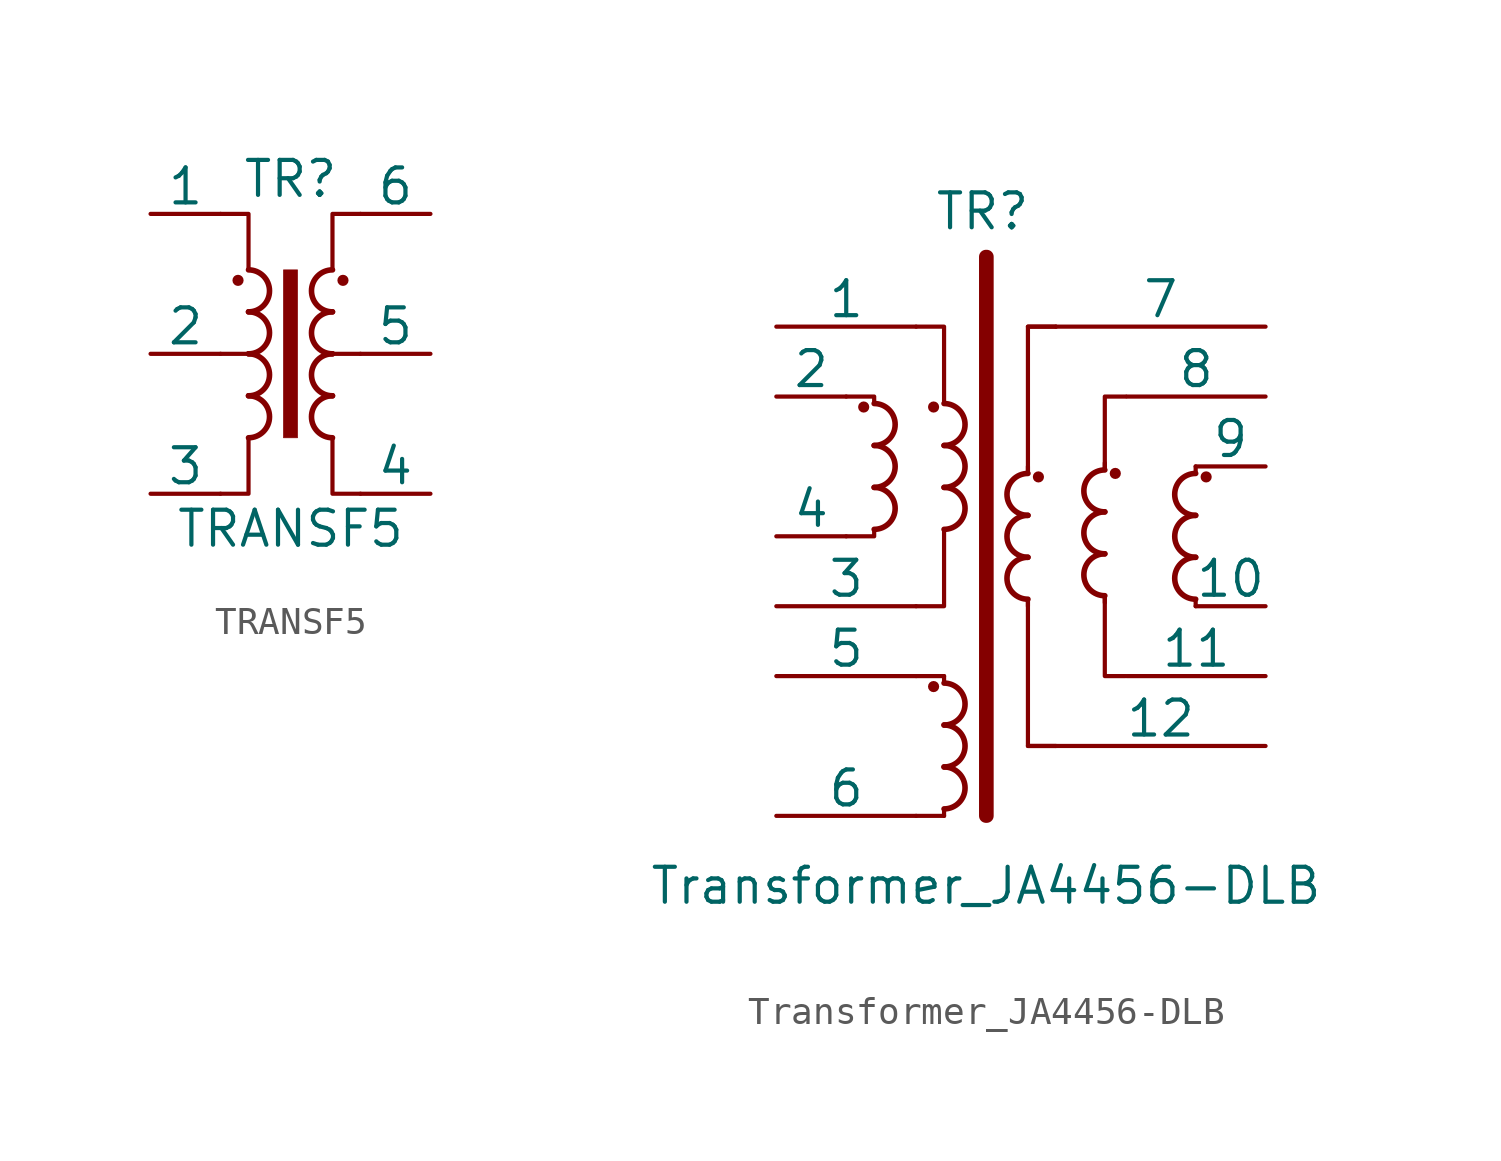
<source format=kicad_sym>
(kicad_symbol_lib
  (version 20201005)
  (generator kicad_symbol_editor)
  (symbol "AP2100:TRANSF5"
    (pin_numbers hide)
    (pin_names
      (offset 0))
    (property "Reference" "TR"
      (at 0 6.35 0)
      (effects (font (size 1.27 1.27))))
    (property "Value" "TRANSF5"
      (at 0 -6.35 0)
      (effects (font (size 1.27 1.27))))
    (symbol "TRANSF5_0_1"
      (arc (start -1.524 -3.048) (end -1.524 -1.524) (radius (at -1.524 -2.286) (length 0.762) (angles -89.9 89.9)) (stroke (width 0.2032)) (fill (type none)))
      (arc (start -1.524 -1.524) (end -1.524 0) (radius (at -1.524 -0.762) (length 0.762) (angles -89.9 89.9)) (stroke (width 0.2032)) (fill (type none)))
      (arc (start -1.524 0) (end -1.524 1.524) (radius (at -1.524 0.762) (length 0.762) (angles -89.9 89.9)) (stroke (width 0.2032)) (fill (type none)))
      (arc (start -1.524 1.524) (end -1.524 3.048) (radius (at -1.524 2.286) (length 0.762) (angles -89.9 89.9)) (stroke (width 0.2032)) (fill (type none)))
      (arc (start 1.524 -1.524) (end 1.524 -3.048) (radius (at 1.524 -2.286) (length 0.762) (angles 90.1 -90.1)) (stroke (width 0.2032)) (fill (type none)))
      (arc (start 1.524 0) (end 1.524 -1.524) (radius (at 1.524 -0.762) (length 0.762) (angles 90.1 -90.1)) (stroke (width 0.2032)) (fill (type none)))
      (arc (start 1.524 1.524) (end 1.524 0) (radius (at 1.524 0.762) (length 0.762) (angles 90.1 -90.1)) (stroke (width 0.2032)) (fill (type none)))
      (arc (start 1.524 3.048) (end 1.524 1.524) (radius (at 1.524 2.286) (length 0.762) (angles 90.1 -90.1)) (stroke (width 0.2032)) (fill (type none)))
      (circle (center -1.905 2.667) (radius 0.127) (stroke (width 0)) (fill (type outline)))
      (circle (center 1.905 2.667) (radius 0.127) (stroke (width 0)) (fill (type outline)))
      (rectangle (start -0.254 3.048) (end 0.254 -3.048) (stroke (width 0.025)) (fill (type outline)))
      (polyline (pts (xy -1.524 0) (xy -2.54 0) (xy -2.54 0)) (stroke (width 0)) (fill (type outline)))
      (polyline (pts (xy 1.524 0) (xy 2.54 0) (xy 2.54 0)) (stroke (width 0)) (fill (type outline)))
      (polyline (pts (xy -2.54 5.08) (xy -1.524 5.08) (xy -1.524 3.048) (xy -1.524 3.048)) (stroke (width 0.152)) (fill (type none)))
      (polyline (pts (xy -1.524 -3.048) (xy -1.524 -5.08) (xy -2.54 -5.08) (xy -2.54 -5.08)) (stroke (width 0.152)) (fill (type none)))
      (polyline (pts (xy 1.524 3.048) (xy 1.524 5.08) (xy 2.54 5.08) (xy 2.54 5.08)) (stroke (width 0.152)) (fill (type none)))
      (polyline (pts (xy 2.54 -5.08) (xy 1.524 -5.08) (xy 1.524 -3.048) (xy 1.524 -3.048)) (stroke (width 0.152)) (fill (type none))))
    (symbol "TRANSF5_1_1"
      (pin passive line (at -5.08 5.08 0) (length 2.54) (name "1" (effects (font (size 1.27 1.27)))) (number "1" (effects (font (size 1.27 1.27)))))
      (pin passive line (at -5.08 0 0) (length 2.54) (name "2" (effects (font (size 1.27 1.27)))) (number "2" (effects (font (size 1.27 1.27)))))
      (pin passive line (at -5.08 -5.08 0) (length 2.54) (name "3" (effects (font (size 1.27 1.27)))) (number "3" (effects (font (size 1.27 1.27)))))
      (pin passive line (at 5.08 -5.08 180) (length 2.54) (name "4" (effects (font (size 1.27 1.27)))) (number "4" (effects (font (size 1.27 1.27)))))
      (pin passive line (at 5.08 0 180) (length 2.54) (name "5" (effects (font (size 1.27 1.27)))) (number "5" (effects (font (size 1.27 1.27)))))
      (pin passive line (at 5.08 5.08 180) (length 2.54) (name "6" (effects (font (size 1.27 1.27)))) (number "6" (effects (font (size 1.27 1.27)))))))
  (symbol "AP2100:Transformer_JA4456-DLB"
    (pin_numbers hide)
    (pin_names
      (offset 0))
    (property "Reference" "TR"
      (at -0.127 14.351 0)
      (effects (font (size 1.27 1.27))))
    (property "Value" "Transformer_JA4456-DLB"
      (at 0 -10.16 0)
      (effects (font (size 1.27 1.27))))
    (symbol "Transformer_JA4456-DLB_0_1"
      (arc (start -4.064 2.794) (end -4.064 4.318) (radius (at -4.064 3.556) (length 0.762) (angles -89.9 89.9)) (stroke (width 0.2032)) (fill (type none)))
      (arc (start -4.064 4.318) (end -4.064 5.842) (radius (at -4.064 5.08) (length 0.762) (angles -89.9 89.9)) (stroke (width 0.2032)) (fill (type none)))
      (arc (start -4.064 5.842) (end -4.064 7.366) (radius (at -4.064 6.604) (length 0.762) (angles -89.9 89.9)) (stroke (width 0.2032)) (fill (type none)))
      (arc (start -1.524 2.794) (end -1.524 4.318) (radius (at -1.524 3.556) (length 0.762) (angles -89.9 89.9)) (stroke (width 0.2032)) (fill (type none)))
      (arc (start -1.524 4.318) (end -1.524 5.842) (radius (at -1.524 5.08) (length 0.762) (angles -89.9 89.9)) (stroke (width 0.2032)) (fill (type none)))
      (arc (start -1.524 5.842) (end -1.524 7.366) (radius (at -1.524 6.604) (length 0.762) (angles -89.9 89.9)) (stroke (width 0.2032)) (fill (type none)))
      (arc (start -1.524 -7.366) (end -1.524 -5.842) (radius (at -1.524 -6.604) (length 0.762) (angles -89.9 89.9)) (stroke (width 0.2032)) (fill (type none)))
      (arc (start -1.524 -5.842) (end -1.524 -4.318) (radius (at -1.524 -5.08) (length 0.762) (angles -89.9 89.9)) (stroke (width 0.2032)) (fill (type none)))
      (arc (start -1.524 -4.318) (end -1.524 -2.794) (radius (at -1.524 -3.556) (length 0.762) (angles -89.9 89.9)) (stroke (width 0.2032)) (fill (type none)))
      (arc (start 1.524 1.778) (end 1.524 0.254) (radius (at 1.524 1.016) (length 0.762) (angles 90.1 -90.1)) (stroke (width 0.2032)) (fill (type none)))
      (arc (start 1.524 3.302) (end 1.524 1.778) (radius (at 1.524 2.54) (length 0.762) (angles 90.1 -90.1)) (stroke (width 0.2032)) (fill (type none)))
      (arc (start 1.524 4.826) (end 1.524 3.302) (radius (at 1.524 4.064) (length 0.762) (angles 90.1 -90.1)) (stroke (width 0.2032)) (fill (type none)))
      (arc (start 4.318 1.905) (end 4.318 0.381) (radius (at 4.318 1.143) (length 0.762) (angles 90.1 -90.1)) (stroke (width 0.2032)) (fill (type none)))
      (arc (start 4.318 4.953) (end 4.318 3.429) (radius (at 4.318 4.191) (length 0.762) (angles 90.1 -90.1)) (stroke (width 0.2032)) (fill (type none)))
      (arc (start 4.318 3.429) (end 4.318 1.905) (radius (at 4.318 2.667) (length 0.762) (angles 90.1 -90.1)) (stroke (width 0.2032)) (fill (type none)))
      (arc (start 7.62 1.778) (end 7.62 0.254) (radius (at 7.62 1.016) (length 0.762) (angles 90.1 -90.1)) (stroke (width 0.2032)) (fill (type none)))
      (arc (start 7.62 4.826) (end 7.62 3.302) (radius (at 7.62 4.064) (length 0.762) (angles 90.1 -90.1)) (stroke (width 0.2032)) (fill (type none)))
      (arc (start 7.62 3.302) (end 7.62 1.778) (radius (at 7.62 2.54) (length 0.762) (angles 90.1 -90.1)) (stroke (width 0.2032)) (fill (type none)))
      (circle (center -4.445 7.239) (radius 0.127) (stroke (width 0)) (fill (type outline)))
      (circle (center -1.905 7.239) (radius 0.127) (stroke (width 0)) (fill (type outline)))
      (circle (center -1.905 -2.921) (radius 0.127) (stroke (width 0)) (fill (type outline)))
      (circle (center 1.905 4.699) (radius 0.127) (stroke (width 0)) (fill (type outline)))
      (circle (center 4.699 4.826) (radius 0.127) (stroke (width 0)) (fill (type outline)))
      (circle (center 8.001 4.699) (radius 0.127) (stroke (width 0)) (fill (type outline)))
      (rectangle (start 0 12.7) (end 0.025 -7.62) (stroke (width 0.508)) (fill (type outline)))
      (polyline (pts (xy -1.524 -7.366) (xy -1.524 -7.62) (xy -1.524 -7.62)) (stroke (width 0)) (fill (type outline)))
      (polyline (pts (xy -1.524 -2.54) (xy -1.524 -2.794) (xy -1.524 -2.794)) (stroke (width 0)) (fill (type outline)))
      (polyline (pts (xy -1.524 -2.54) (xy -2.54 -2.54) (xy -2.54 -2.54)) (stroke (width 0)) (fill (type none)))
      (polyline (pts (xy 1.524 0) (xy 1.524 0.254) (xy 1.524 0.254)) (stroke (width 0)) (fill (type outline)))
      (polyline (pts (xy 1.524 -5.08) (xy 2.54 -5.08) (xy 2.54 -5.08)) (stroke (width 0)) (fill (type none)))
      (polyline (pts (xy 1.524 5.08) (xy 1.524 4.826) (xy 1.524 4.826)) (stroke (width 0)) (fill (type outline)))
      (polyline (pts (xy 1.524 10.16) (xy 2.54 10.16) (xy 2.54 10.16)) (stroke (width 0)) (fill (type none)))
      (polyline (pts (xy -2.54 -7.62) (xy -1.524 -7.62) (xy -1.524 -7.62)) (stroke (width 0)) (fill (type none)))
      (polyline (pts (xy -4.064 2.794) (xy -4.064 2.54) (xy -5.08 2.54) (xy -5.08 2.54)) (stroke (width 0)) (fill (type none)))
      (polyline (pts (xy -4.064 7.366) (xy -4.064 7.62) (xy -5.08 7.62) (xy -5.08 7.62)) (stroke (width 0)) (fill (type none)))
      (polyline (pts (xy -1.524 2.794) (xy -1.524 0) (xy -2.54 0) (xy -2.54 0)) (stroke (width 0)) (fill (type none)))
      (polyline (pts (xy -1.524 7.366) (xy -1.524 10.16) (xy -2.54 10.16) (xy -2.54 10.16)) (stroke (width 0)) (fill (type none)))
      (polyline (pts (xy 1.524 0.254) (xy 1.524 -5.08) (xy 2.54 -5.08) (xy 2.54 -5.08)) (stroke (width 0)) (fill (type none)))
      (polyline (pts (xy 1.524 4.826) (xy 1.524 10.16) (xy 2.54 10.16) (xy 2.54 10.16)) (stroke (width 0)) (fill (type none)))
      (polyline (pts (xy 4.318 0.127) (xy 4.318 0.381) (xy 4.318 0.381)) (stroke (width 0)) (fill (type outline)))
      (polyline (pts (xy 4.318 5.207) (xy 4.318 4.953) (xy 4.318 4.953)) (stroke (width 0)) (fill (type outline)))
      (polyline (pts (xy 4.318 0.381) (xy 4.318 -2.54) (xy 5.08 -2.54)) (stroke (width 0)) (fill (type none)))
      (polyline (pts (xy 4.318 4.953) (xy 4.318 7.62) (xy 5.08 7.62)) (stroke (width 0)) (fill (type none)))
      (polyline (pts (xy 7.62 5.08) (xy 7.62 4.826) (xy 7.62 4.826)) (stroke (width 0)) (fill (type outline)))
      (polyline (pts (xy 7.62 0) (xy 7.62 0.254) (xy 7.62 0.254)) (stroke (width 0)) (fill (type outline))))
    (symbol "Transformer_JA4456-DLB_1_1"
      (pin passive line (at -7.62 10.16 0) (length 5.08) (name "1" (effects (font (size 1.27 1.27)))) (number "1" (effects (font (size 1.27 1.27)))))
      (pin passive line (at -7.62 -2.54 0) (length 5.08) (name "5" (effects (font (size 1.27 1.27)))) (number "5" (effects (font (size 1.27 1.27)))))
      (pin passive line (at -7.62 0 0) (length 5.08) (name "3" (effects (font (size 1.27 1.27)))) (number "3" (effects (font (size 1.27 1.27)))))
      (pin passive line (at -7.62 7.62 0) (length 2.54) (name "2" (effects (font (size 1.27 1.27)))) (number "2" (effects (font (size 1.27 1.27)))))
      (pin passive line (at -7.62 2.54 0) (length 2.54) (name "4" (effects (font (size 1.27 1.27)))) (number "4" (effects (font (size 1.27 1.27)))))
      (pin passive line (at 10.16 -5.08 180) (length 7.62) (name "12" (effects (font (size 1.27 1.27)))) (number "12" (effects (font (size 1.27 1.27)))))
      (pin passive line (at -7.62 -7.62 0) (length 5.08) (name "6" (effects (font (size 1.27 1.27)))) (number "6" (effects (font (size 1.27 1.27)))))
      (pin passive line (at 10.16 10.16 180) (length 7.62) (name "7" (effects (font (size 1.27 1.27)))) (number "7" (effects (font (size 1.27 1.27)))))
      (pin passive line (at 10.16 7.62 180) (length 5.04) (name "8" (effects (font (size 1.27 1.27)))) (number "8" (effects (font (size 1.27 1.27)))))
      (pin passive line (at 10.16 -2.54 180) (length 5.04) (name "11" (effects (font (size 1.27 1.27)))) (number "11" (effects (font (size 1.27 1.27)))))
      (pin passive line (at 10.16 5.08 180) (length 2.54) (name "9" (effects (font (size 1.27 1.27)))) (number "9" (effects (font (size 1.27 1.27)))))
      (pin passive line (at 10.16 0 180) (length 2.54) (name "10" (effects (font (size 1.27 1.27)))) (number "10" (effects (font (size 1.27 1.27))))))))
</source>
